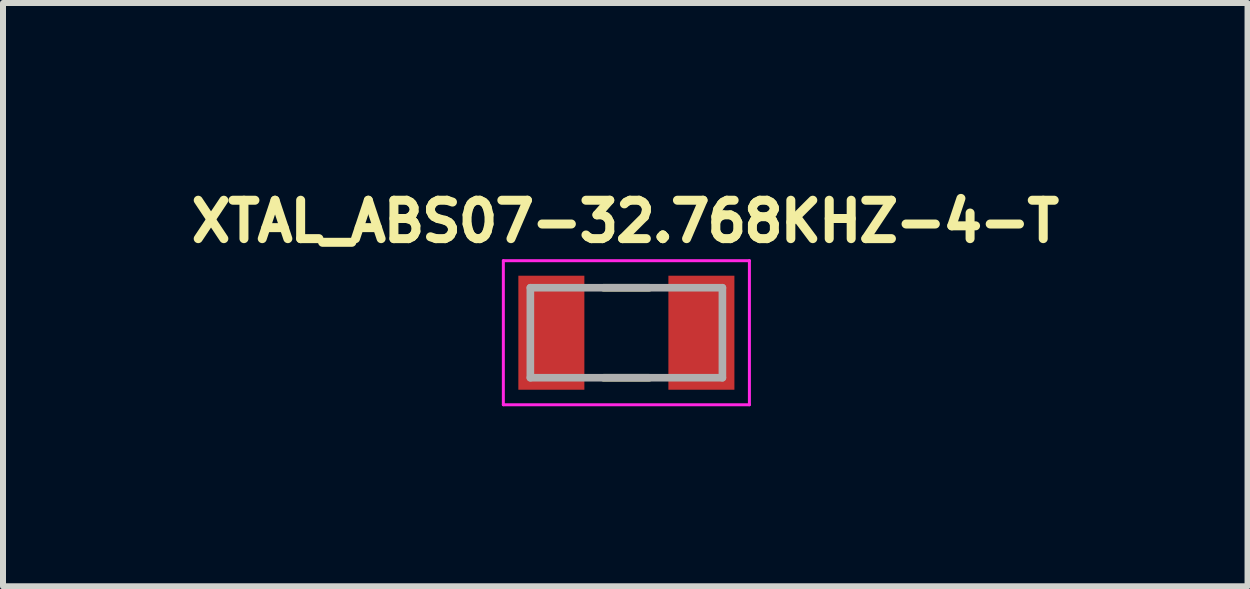
<source format=kicad_pcb>
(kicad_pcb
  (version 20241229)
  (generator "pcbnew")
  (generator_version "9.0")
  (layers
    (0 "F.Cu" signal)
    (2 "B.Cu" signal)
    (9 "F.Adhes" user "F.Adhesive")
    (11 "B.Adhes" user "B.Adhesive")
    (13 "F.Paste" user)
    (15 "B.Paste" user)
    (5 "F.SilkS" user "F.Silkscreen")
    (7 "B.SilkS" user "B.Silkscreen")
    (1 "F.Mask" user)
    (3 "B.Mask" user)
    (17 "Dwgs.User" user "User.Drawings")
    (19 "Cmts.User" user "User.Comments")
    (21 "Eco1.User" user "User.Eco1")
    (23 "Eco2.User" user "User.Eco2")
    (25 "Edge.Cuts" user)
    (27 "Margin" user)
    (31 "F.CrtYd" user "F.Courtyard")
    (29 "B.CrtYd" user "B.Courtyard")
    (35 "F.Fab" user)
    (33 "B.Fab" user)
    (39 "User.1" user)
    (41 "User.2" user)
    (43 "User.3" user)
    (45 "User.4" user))
  (footprint "XTAL_ABS07-32.768KHZ-4-T"
    (layer "F.Cu")
    (at 7.387 2.494)
    (property "Reference" "XTAL_ABS07-32.768KHZ-4-T" (at -0.018 -1.856 0) (layer "F.SilkS") (effects (font (size 0.64 0.64) (thickness 0.15))))
    (attr smd)
    (fp_line (start -0.38 -0.75) (end 0.38 -0.75) (stroke (width 0.127) (type solid)) (layer "F.SilkS"))
    (fp_line (start -0.38 0.75) (end 0.38 0.75) (stroke (width 0.127) (type solid)) (layer "F.SilkS"))
    (fp_line (start -2.05 -1.2) (end -2.05 1.2) (stroke (width 0.05) (type solid)) (layer "F.CrtYd"))
    (fp_line (start -2.05 1.2) (end 2.05 1.2) (stroke (width 0.05) (type solid)) (layer "F.CrtYd"))
    (fp_line (start 2.05 -1.2) (end -2.05 -1.2) (stroke (width 0.05) (type solid)) (layer "F.CrtYd"))
    (fp_line (start 2.05 1.2) (end 2.05 -1.2) (stroke (width 0.05) (type solid)) (layer "F.CrtYd"))
    (fp_line (start -1.6 -0.75) (end -1.6 0.75) (stroke (width 0.127) (type solid)) (layer "F.Fab"))
    (fp_line (start -1.6 -0.75) (end 1.6 -0.75) (stroke (width 0.127) (type solid)) (layer "F.Fab"))
    (fp_line (start -1.6 0.75) (end 1.6 0.75) (stroke (width 0.127) (type solid)) (layer "F.Fab"))
    (fp_line (start 1.6 -0.75) (end 1.6 0.75) (stroke (width 0.127) (type solid)) (layer "F.Fab"))
    (pad "1" smd rect (at -1.25 0) (size 1.1 1.9) (layers "F.Cu" "F.Mask" "F.Paste"))
    (pad "2" smd rect (at 1.25 0) (size 1.1 1.9) (layers "F.Cu" "F.Mask" "F.Paste")))
  (gr_rect
    (start -3 -3)
    (end 17.737 6.719)
    (stroke (width 0.1) (type default))
    (fill no)
    (layer "Edge.Cuts")))
</source>
